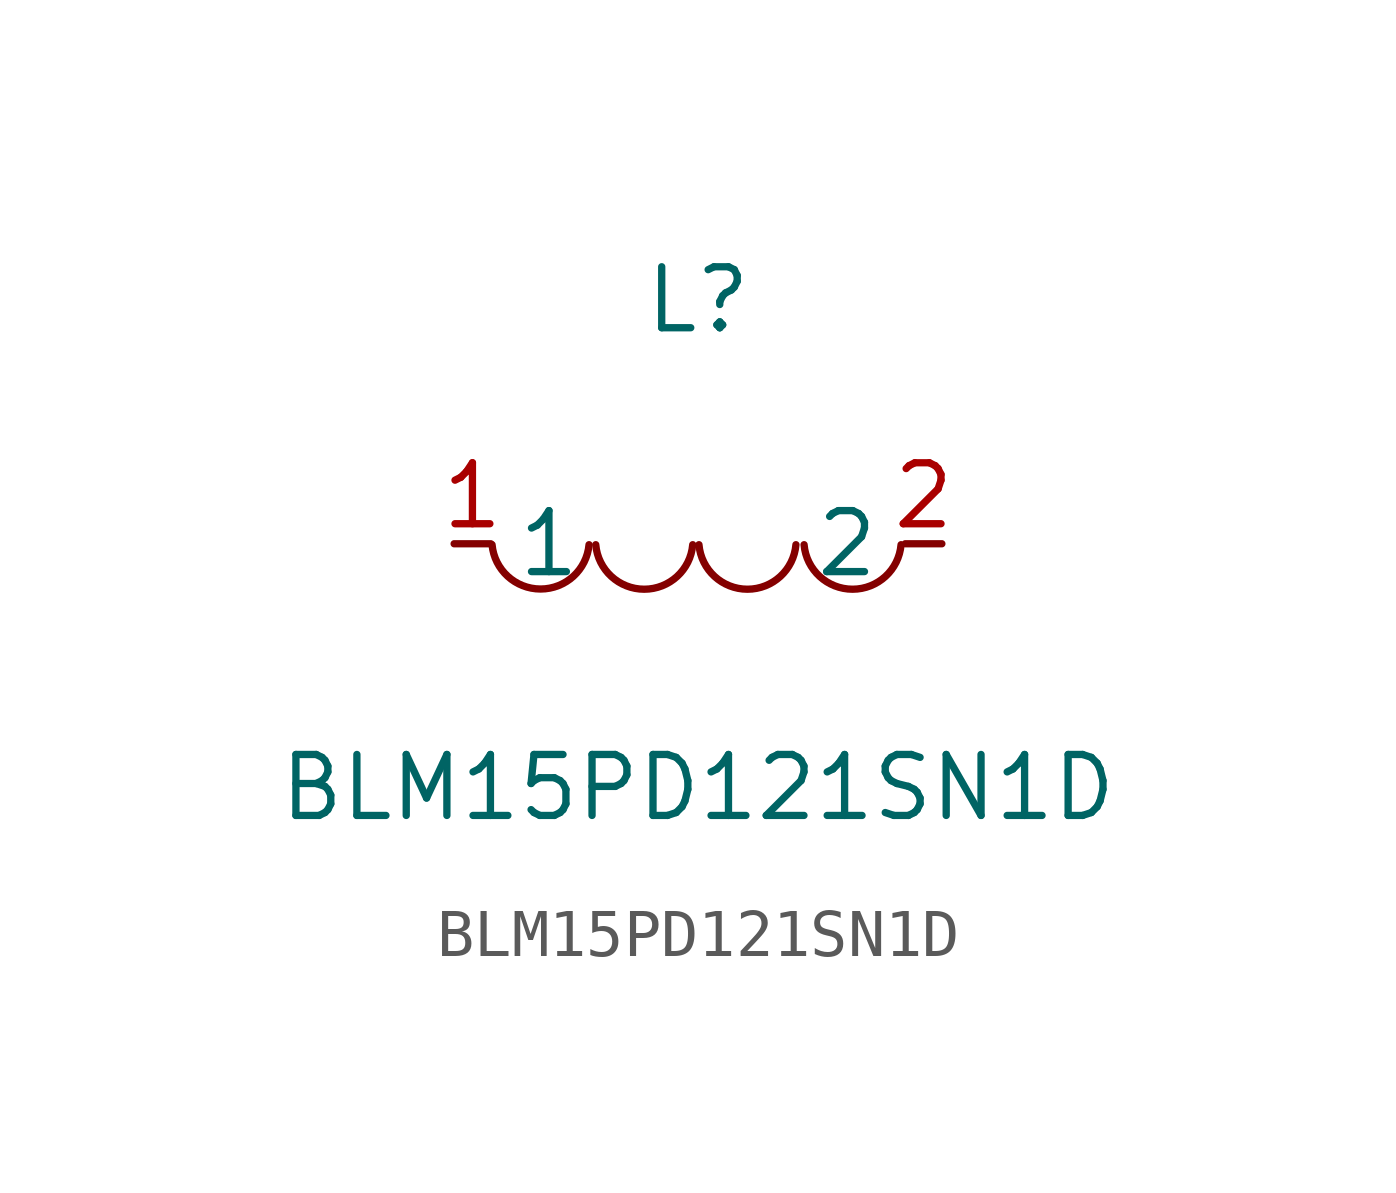
<source format=kicad_sym>
(kicad_symbol_lib
  (version 20211014)
  (generator https://github.com/uPesy/easyeda2kicad.py)
  (symbol "BLM15PD121SN1D"
    (property "Reference" "L"
      (at 0 5.08 0)
      (effects (font (size 1.27 1.27))))
    (property "Value" "BLM15PD121SN1D"
      (at 0 -5.08 0)
      (effects (font (size 1.27 1.27))))
    (symbol "BLM15PD121SN1D_0_1"
      (arc (start -4.29 -0.02) (mid -2.81 -1.01) (end -2.27 -0.02) (stroke (width 0) (type default) (color 0 0 0 0)) (fill (type none)))
      (arc (start -2.13 -0.02) (mid -0.66 -1.01) (end -0.11 -0.02) (stroke (width 0) (type default) (color 0 0 0 0)) (fill (type none)))
      (arc (start 0.02 -0.02) (mid 1.49 -1.01) (end 2.04 -0.02) (stroke (width 0) (type default) (color 0 0 0 0)) (fill (type none)))
      (arc (start 2.21 -0.02) (mid 3.68 -1.01) (end 4.23 -0.02) (stroke (width 0) (type default) (color 0 0 0 0)) (fill (type none)))
      (pin unspecified line (at 5.08 -0.00 180) (length 0.762) (name "2" (effects (font (size 1.27 1.27)))) (number "2" (effects (font (size 1.27 1.27)))))
      (pin unspecified line (at -5.08 -0.00 0) (length 0.762) (name "1" (effects (font (size 1.27 1.27)))) (number "1" (effects (font (size 1.27 1.27))))))))
</source>
